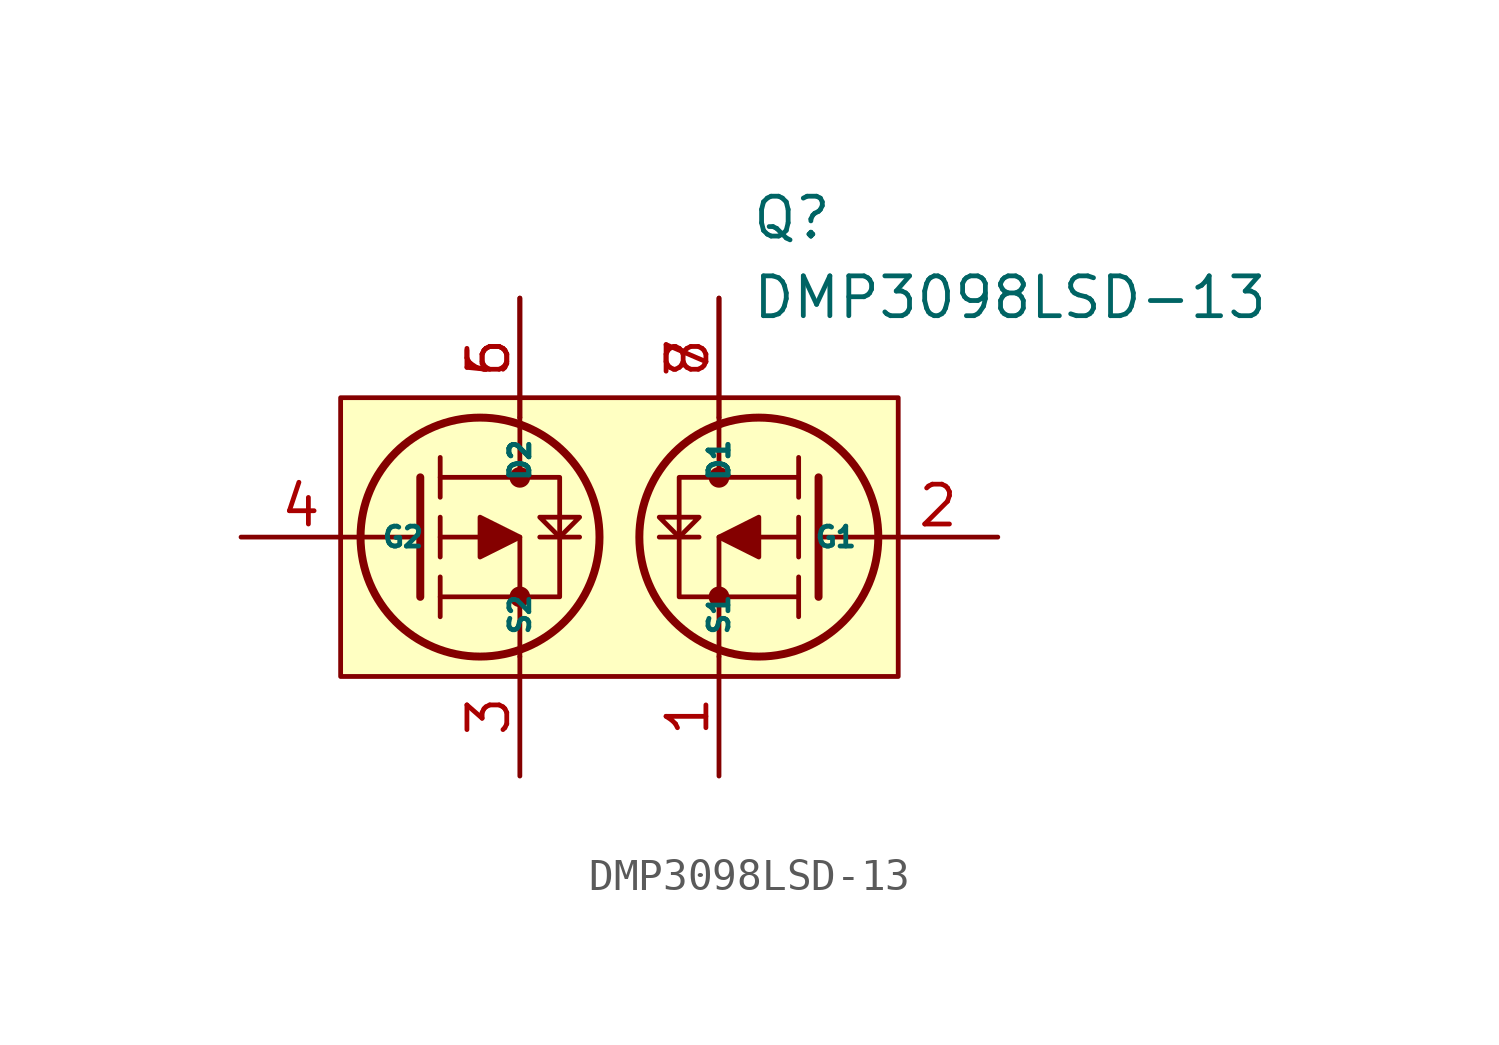
<source format=kicad_sym>
(kicad_symbol_lib
  (version 20231120)
  (generator "kicad_symbol_editor")
  (generator_version "8.0")
  (symbol "DMP3098LSD-13"
    (pin_names
      (offset 0.635))
    (property "Reference" "Q"
      (at 12.446 10.922 0)
      (effects (font (size 1.27 1.27)) (justify left top)))
    (property "Value" "DMP3098LSD-13"
      (at 12.446 8.382 0)
      (effects (font (size 1.27 1.27)) (justify left top)))
    (symbol "DMP3098LSD-13_0_1"
      (polyline (pts (xy 1.905 0) (xy 0 0)) (stroke (width 0) (type default)) (fill (type none)))
      (polyline (pts (xy 1.905 1.905) (xy 1.905 -1.905)) (stroke (width 0.254) (type default)) (fill (type none)))
      (polyline (pts (xy 5.08 3.81) (xy 5.08 1.905)) (stroke (width 0) (type default)) (fill (type none)))
      (polyline (pts (xy 5.715 0) (xy 6.985 0)) (stroke (width 0) (type default)) (fill (type none)))
      (polyline (pts (xy 10.795 0) (xy 9.525 0)) (stroke (width 0) (type default)) (fill (type none)))
      (polyline (pts (xy 11.43 3.81) (xy 11.43 1.905)) (stroke (width 0) (type default)) (fill (type none)))
      (polyline (pts (xy 14.605 0) (xy 16.51 0)) (stroke (width 0) (type default)) (fill (type none)))
      (polyline (pts (xy 14.605 1.905) (xy 14.605 -1.905)) (stroke (width 0.254) (type default)) (fill (type none)))
      (polyline (pts (xy 5.08 -3.81) (xy 5.08 0) (xy 2.54 0)) (stroke (width 0) (type default)) (fill (type none)))
      (polyline (pts (xy 11.43 -3.81) (xy 11.43 0) (xy 13.97 0)) (stroke (width 0) (type default)) (fill (type none)))
      (polyline (pts (xy 2.54 -1.905) (xy 6.35 -1.905) (xy 6.35 1.905) (xy 2.54 1.905)) (stroke (width 0) (type default)) (fill (type none)))
      (polyline (pts (xy 5.715 0.635) (xy 6.985 0.635) (xy 6.35 0) (xy 5.715 0.635)) (stroke (width 0) (type default)) (fill (type none)))
      (polyline (pts (xy 10.795 0.635) (xy 9.525 0.635) (xy 10.16 0) (xy 10.795 0.635)) (stroke (width 0) (type default)) (fill (type none)))
      (polyline (pts (xy 13.97 -1.905) (xy 10.16 -1.905) (xy 10.16 1.905) (xy 13.97 1.905)) (stroke (width 0) (type default)) (fill (type none)))
      (circle (center 3.81 0) (radius 3.81) (stroke (width 0.254) (type default)) (fill (type none)))
      (circle (center 5.08 -1.905) (radius 0.254) (stroke (width 0) (type default)) (fill (type outline)))
      (circle (center 5.08 1.905) (radius 0.254) (stroke (width 0) (type default)) (fill (type outline)))
      (circle (center 11.43 -1.905) (radius 0.254) (stroke (width 0) (type default)) (fill (type outline)))
      (circle (center 11.43 1.905) (radius 0.254) (stroke (width 0) (type default)) (fill (type outline)))
      (circle (center 12.7 0) (radius 3.81) (stroke (width 0.254) (type default)) (fill (type none))))
    (symbol "DMP3098LSD-13_1_1"
      (rectangle (start -0.635 4.445) (end 17.145 -4.445) (stroke (width 0) (type default)) (fill (type background)))
      (polyline (pts (xy 2.54 -2.54) (xy 2.54 -1.27)) (stroke (width 0) (type default)) (fill (type none)))
      (polyline (pts (xy 2.54 -0.635) (xy 2.54 0.635)) (stroke (width 0) (type default)) (fill (type none)))
      (polyline (pts (xy 2.54 1.27) (xy 2.54 2.54)) (stroke (width 0) (type default)) (fill (type none)))
      (polyline (pts (xy 13.97 -2.54) (xy 13.97 -1.27)) (stroke (width 0) (type default)) (fill (type none)))
      (polyline (pts (xy 13.97 -0.635) (xy 13.97 0.635)) (stroke (width 0) (type default)) (fill (type none)))
      (polyline (pts (xy 13.97 1.27) (xy 13.97 2.54)) (stroke (width 0) (type default)) (fill (type none)))
      (polyline (pts (xy 3.81 -0.635) (xy 3.81 0.635) (xy 5.08 0) (xy 3.81 -0.635)) (stroke (width 0) (type default)) (fill (type outline)))
      (polyline (pts (xy 12.7 -0.635) (xy 12.7 0.635) (xy 11.43 0) (xy 12.7 -0.635)) (stroke (width 0) (type default)) (fill (type outline)))
      (pin passive line (at 11.43 -7.62 90) (length 3.81) (name "S1" (effects (font (size 0.635 0.635)))) (number "1" (effects (font (size 1.27 1.27)))))
      (pin passive line (at 20.32 0 180) (length 3.81) (name "G1" (effects (font (size 0.635 0.635)))) (number "2" (effects (font (size 1.27 1.27)))))
      (pin passive line (at 5.08 -7.62 90) (length 3.81) (name "S2" (effects (font (size 0.635 0.635)))) (number "3" (effects (font (size 1.27 1.27)))))
      (pin passive line (at -3.81 0 0) (length 3.81) (name "G2" (effects (font (size 0.635 0.635)))) (number "4" (effects (font (size 1.27 1.27)))))
      (pin passive line (at 5.08 7.62 270) (length 3.81) (name "D2" (effects (font (size 0.635 0.635)))) (number "5" (effects (font (size 1.27 1.27)))))
      (pin passive line (at 5.08 7.62 270) (length 3.81) (name "D2" (effects (font (size 0.635 0.635)))) (number "6" (effects (font (size 1.27 1.27)))))
      (pin passive line (at 11.43 7.62 270) (length 3.81) (name "D1" (effects (font (size 0.635 0.635)))) (number "7" (effects (font (size 1.27 1.27)))))
      (pin passive line (at 11.43 7.62 270) (length 3.81) (name "D1" (effects (font (size 0.635 0.635)))) (number "8" (effects (font (size 1.27 1.27))))))))
</source>
